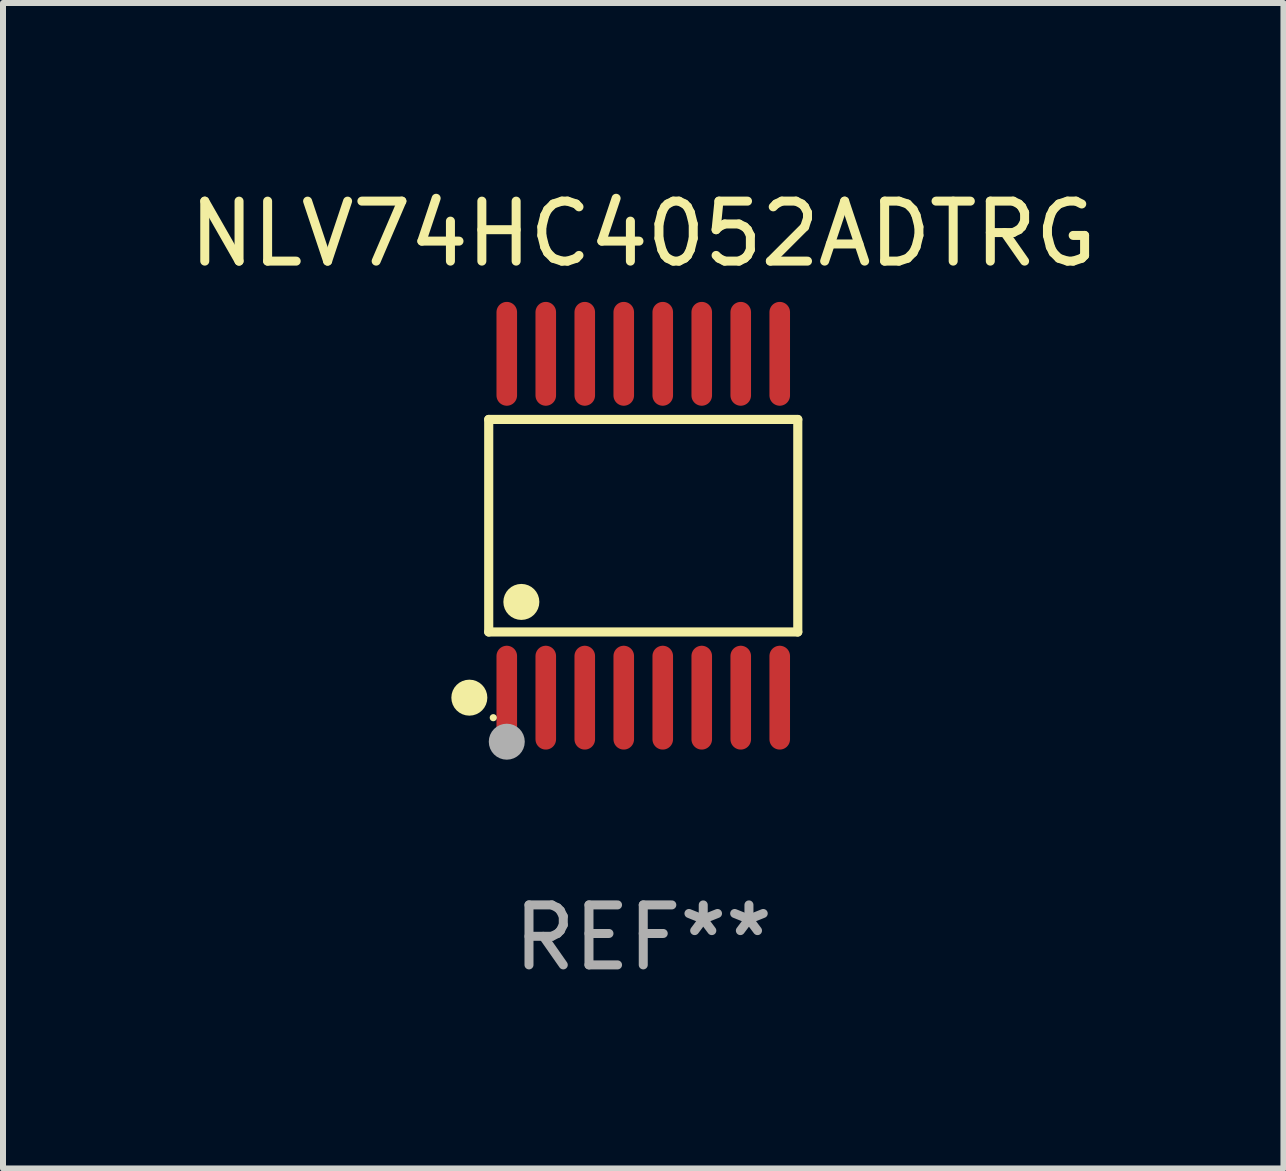
<source format=kicad_pcb>
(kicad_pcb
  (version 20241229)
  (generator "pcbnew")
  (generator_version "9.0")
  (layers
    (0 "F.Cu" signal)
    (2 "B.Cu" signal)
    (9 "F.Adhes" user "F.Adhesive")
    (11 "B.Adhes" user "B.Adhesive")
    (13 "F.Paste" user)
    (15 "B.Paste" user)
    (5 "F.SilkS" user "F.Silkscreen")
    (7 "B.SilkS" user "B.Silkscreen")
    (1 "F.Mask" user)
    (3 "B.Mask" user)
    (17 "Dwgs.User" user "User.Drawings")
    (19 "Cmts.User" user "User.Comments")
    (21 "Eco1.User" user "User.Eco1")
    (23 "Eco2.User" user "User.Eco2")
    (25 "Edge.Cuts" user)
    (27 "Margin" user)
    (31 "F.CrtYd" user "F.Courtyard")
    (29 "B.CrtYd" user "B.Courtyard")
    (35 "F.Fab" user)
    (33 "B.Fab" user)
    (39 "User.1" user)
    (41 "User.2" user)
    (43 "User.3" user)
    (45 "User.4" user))
  (footprint "NLV74HC4052ADTRG"
    (layer "F.Cu")
    (at 7.673 5.714)
    (property "Reference" "NLV74HC4052ADTRG" (at 0 -4.866 0) (layer "F.SilkS") (effects (font (size 1 1) (thickness 0.15))))
    (attr through_hole)
    (fp_line (start -2.576 -1.772) (end 2.576 -1.772) (stroke (width 0.152) (type solid)) (layer "F.SilkS"))
    (fp_line (start -2.576 1.771) (end -2.576 -1.772) (stroke (width 0.152) (type solid)) (layer "F.SilkS"))
    (fp_line (start 2.576 -1.772) (end 2.576 1.771) (stroke (width 0.152) (type solid)) (layer "F.SilkS"))
    (fp_line (start 2.576 1.771) (end -2.576 1.771) (stroke (width 0.152) (type solid)) (layer "F.SilkS"))
    (fp_circle (center -2.899 2.866) (end -2.749 2.866) (stroke (width 0.3) (type solid)) (fill no) (layer "F.SilkS"))
    (fp_circle (center -2.5 3.2) (end -2.47 3.2) (stroke (width 0.06) (type solid)) (fill no) (layer "F.SilkS"))
    (fp_circle (center -2.032 1.27) (end -1.882 1.27) (stroke (width 0.3) (type solid)) (fill no) (layer "F.SilkS"))
    (fp_circle (center -2.275 3.6) (end -2.125 3.6) (stroke (width 0.3) (type solid)) (fill no) (layer "F.Fab"))
    (fp_text user "REF**" (at 0 6.866 0) (layer "F.Fab") (effects (font (size 1 1) (thickness 0.15))))
    (pad "1" smd oval (at -2.275 2.866) (size 0.343 1.731) (layers "F.Cu" "F.Mask" "F.Paste"))
    (pad "2" smd oval (at -1.625 2.866) (size 0.343 1.731) (layers "F.Cu" "F.Mask" "F.Paste"))
    (pad "3" smd oval (at -0.975 2.866) (size 0.343 1.731) (layers "F.Cu" "F.Mask" "F.Paste"))
    (pad "4" smd oval (at -0.325 2.866) (size 0.343 1.731) (layers "F.Cu" "F.Mask" "F.Paste"))
    (pad "5" smd oval (at 0.325 2.866) (size 0.343 1.731) (layers "F.Cu" "F.Mask" "F.Paste"))
    (pad "6" smd oval (at 0.975 2.866) (size 0.343 1.731) (layers "F.Cu" "F.Mask" "F.Paste"))
    (pad "7" smd oval (at 1.625 2.866) (size 0.343 1.731) (layers "F.Cu" "F.Mask" "F.Paste"))
    (pad "8" smd oval (at 2.275 2.866) (size 0.343 1.731) (layers "F.Cu" "F.Mask" "F.Paste"))
    (pad "9" smd oval (at 2.275 -2.866) (size 0.343 1.731) (layers "F.Cu" "F.Mask" "F.Paste"))
    (pad "10" smd oval (at 1.625 -2.866) (size 0.343 1.731) (layers "F.Cu" "F.Mask" "F.Paste"))
    (pad "11" smd oval (at 0.975 -2.866) (size 0.343 1.731) (layers "F.Cu" "F.Mask" "F.Paste"))
    (pad "12" smd oval (at 0.325 -2.866) (size 0.343 1.731) (layers "F.Cu" "F.Mask" "F.Paste"))
    (pad "13" smd oval (at -0.325 -2.866) (size 0.343 1.731) (layers "F.Cu" "F.Mask" "F.Paste"))
    (pad "14" smd oval (at -0.975 -2.866) (size 0.343 1.731) (layers "F.Cu" "F.Mask" "F.Paste"))
    (pad "15" smd oval (at -1.625 -2.866) (size 0.343 1.731) (layers "F.Cu" "F.Mask" "F.Paste"))
    (pad "16" smd oval (at -2.275 -2.866) (size 0.343 1.731) (layers "F.Cu" "F.Mask" "F.Paste")))
  (gr_rect
    (start -3 -3)
    (end 18.345 16.428)
    (stroke (width 0.1) (type default))
    (fill no)
    (layer "Edge.Cuts")))
</source>
